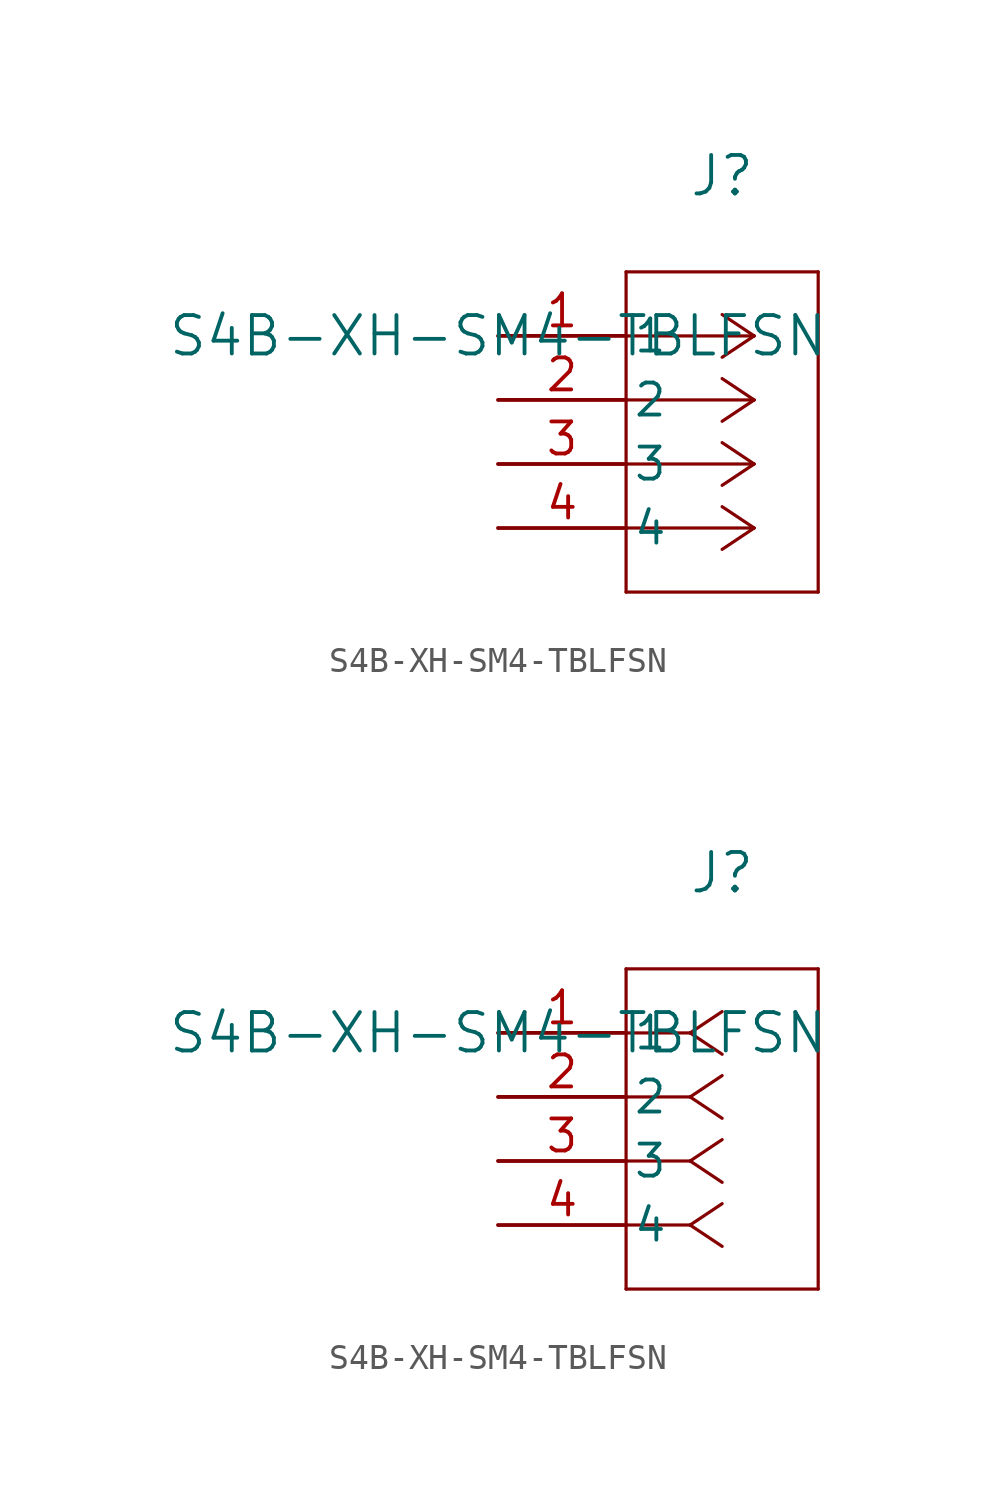
<source format=kicad_sym>
(kicad_symbol_lib
  (version 20220914)
  (generator kicad_symbol_editor)
  (symbol "S4B-XH-SM4-TBLFSN"
    (pin_names
      (offset 0.254))
    (property "Reference" "J"
      (at 8.89 6.35 0)
      (effects (font (size 1.524 1.524))))
    (property "Value" "S4B-XH-SM4-TBLFSN"
      (at 0 0 0)
      (effects (font (size 1.524 1.524))))
    (property "ki_locked" ""
      (at 0 0 0)
      (effects (font (size 1.27 1.27))))
    (symbol "S4B-XH-SM4-TBLFSN_1_1"
      (polyline (pts (xy 5.08 -10.16) (xy 12.7 -10.16)) (stroke (width 0.127) (type default)) (fill (type none)))
      (polyline (pts (xy 5.08 2.54) (xy 5.08 -10.16)) (stroke (width 0.127) (type default)) (fill (type none)))
      (polyline (pts (xy 10.16 -7.62) (xy 5.08 -7.62)) (stroke (width 0.127) (type default)) (fill (type none)))
      (polyline (pts (xy 10.16 -7.62) (xy 8.89 -8.467)) (stroke (width 0.127) (type default)) (fill (type none)))
      (polyline (pts (xy 10.16 -7.62) (xy 8.89 -6.773)) (stroke (width 0.127) (type default)) (fill (type none)))
      (polyline (pts (xy 10.16 -5.08) (xy 5.08 -5.08)) (stroke (width 0.127) (type default)) (fill (type none)))
      (polyline (pts (xy 10.16 -5.08) (xy 8.89 -5.927)) (stroke (width 0.127) (type default)) (fill (type none)))
      (polyline (pts (xy 10.16 -5.08) (xy 8.89 -4.233)) (stroke (width 0.127) (type default)) (fill (type none)))
      (polyline (pts (xy 10.16 -2.54) (xy 5.08 -2.54)) (stroke (width 0.127) (type default)) (fill (type none)))
      (polyline (pts (xy 10.16 -2.54) (xy 8.89 -3.387)) (stroke (width 0.127) (type default)) (fill (type none)))
      (polyline (pts (xy 10.16 -2.54) (xy 8.89 -1.693)) (stroke (width 0.127) (type default)) (fill (type none)))
      (polyline (pts (xy 10.16 0) (xy 5.08 0)) (stroke (width 0.127) (type default)) (fill (type none)))
      (polyline (pts (xy 10.16 0) (xy 8.89 -0.847)) (stroke (width 0.127) (type default)) (fill (type none)))
      (polyline (pts (xy 10.16 0) (xy 8.89 0.847)) (stroke (width 0.127) (type default)) (fill (type none)))
      (polyline (pts (xy 12.7 -10.16) (xy 12.7 2.54)) (stroke (width 0.127) (type default)) (fill (type none)))
      (polyline (pts (xy 12.7 2.54) (xy 5.08 2.54)) (stroke (width 0.127) (type default)) (fill (type none)))
      (pin unspecified line (at 0 0 0) (length 5.08) (name "1" (effects (font (size 1.27 1.27)))) (number "1" (effects (font (size 1.27 1.27)))))
      (pin unspecified line (at 0 -2.54 0) (length 5.08) (name "2" (effects (font (size 1.27 1.27)))) (number "2" (effects (font (size 1.27 1.27)))))
      (pin unspecified line (at 0 -5.08 0) (length 5.08) (name "3" (effects (font (size 1.27 1.27)))) (number "3" (effects (font (size 1.27 1.27)))))
      (pin unspecified line (at 0 -7.62 0) (length 5.08) (name "4" (effects (font (size 1.27 1.27)))) (number "4" (effects (font (size 1.27 1.27))))))
    (symbol "S4B-XH-SM4-TBLFSN_1_2"
      (polyline (pts (xy 5.08 -10.16) (xy 12.7 -10.16)) (stroke (width 0.127) (type default)) (fill (type none)))
      (polyline (pts (xy 5.08 2.54) (xy 5.08 -10.16)) (stroke (width 0.127) (type default)) (fill (type none)))
      (polyline (pts (xy 7.62 -7.62) (xy 5.08 -7.62)) (stroke (width 0.127) (type default)) (fill (type none)))
      (polyline (pts (xy 7.62 -7.62) (xy 8.89 -8.467)) (stroke (width 0.127) (type default)) (fill (type none)))
      (polyline (pts (xy 7.62 -7.62) (xy 8.89 -6.773)) (stroke (width 0.127) (type default)) (fill (type none)))
      (polyline (pts (xy 7.62 -5.08) (xy 5.08 -5.08)) (stroke (width 0.127) (type default)) (fill (type none)))
      (polyline (pts (xy 7.62 -5.08) (xy 8.89 -5.927)) (stroke (width 0.127) (type default)) (fill (type none)))
      (polyline (pts (xy 7.62 -5.08) (xy 8.89 -4.233)) (stroke (width 0.127) (type default)) (fill (type none)))
      (polyline (pts (xy 7.62 -2.54) (xy 5.08 -2.54)) (stroke (width 0.127) (type default)) (fill (type none)))
      (polyline (pts (xy 7.62 -2.54) (xy 8.89 -3.387)) (stroke (width 0.127) (type default)) (fill (type none)))
      (polyline (pts (xy 7.62 -2.54) (xy 8.89 -1.693)) (stroke (width 0.127) (type default)) (fill (type none)))
      (polyline (pts (xy 7.62 0) (xy 5.08 0)) (stroke (width 0.127) (type default)) (fill (type none)))
      (polyline (pts (xy 7.62 0) (xy 8.89 -0.847)) (stroke (width 0.127) (type default)) (fill (type none)))
      (polyline (pts (xy 7.62 0) (xy 8.89 0.847)) (stroke (width 0.127) (type default)) (fill (type none)))
      (polyline (pts (xy 12.7 -10.16) (xy 12.7 2.54)) (stroke (width 0.127) (type default)) (fill (type none)))
      (polyline (pts (xy 12.7 2.54) (xy 5.08 2.54)) (stroke (width 0.127) (type default)) (fill (type none)))
      (pin unspecified line (at 0 0 0) (length 5.08) (name "1" (effects (font (size 1.27 1.27)))) (number "1" (effects (font (size 1.27 1.27)))))
      (pin unspecified line (at 0 -2.54 0) (length 5.08) (name "2" (effects (font (size 1.27 1.27)))) (number "2" (effects (font (size 1.27 1.27)))))
      (pin unspecified line (at 0 -5.08 0) (length 5.08) (name "3" (effects (font (size 1.27 1.27)))) (number "3" (effects (font (size 1.27 1.27)))))
      (pin unspecified line (at 0 -7.62 0) (length 5.08) (name "4" (effects (font (size 1.27 1.27)))) (number "4" (effects (font (size 1.27 1.27))))))))
</source>
